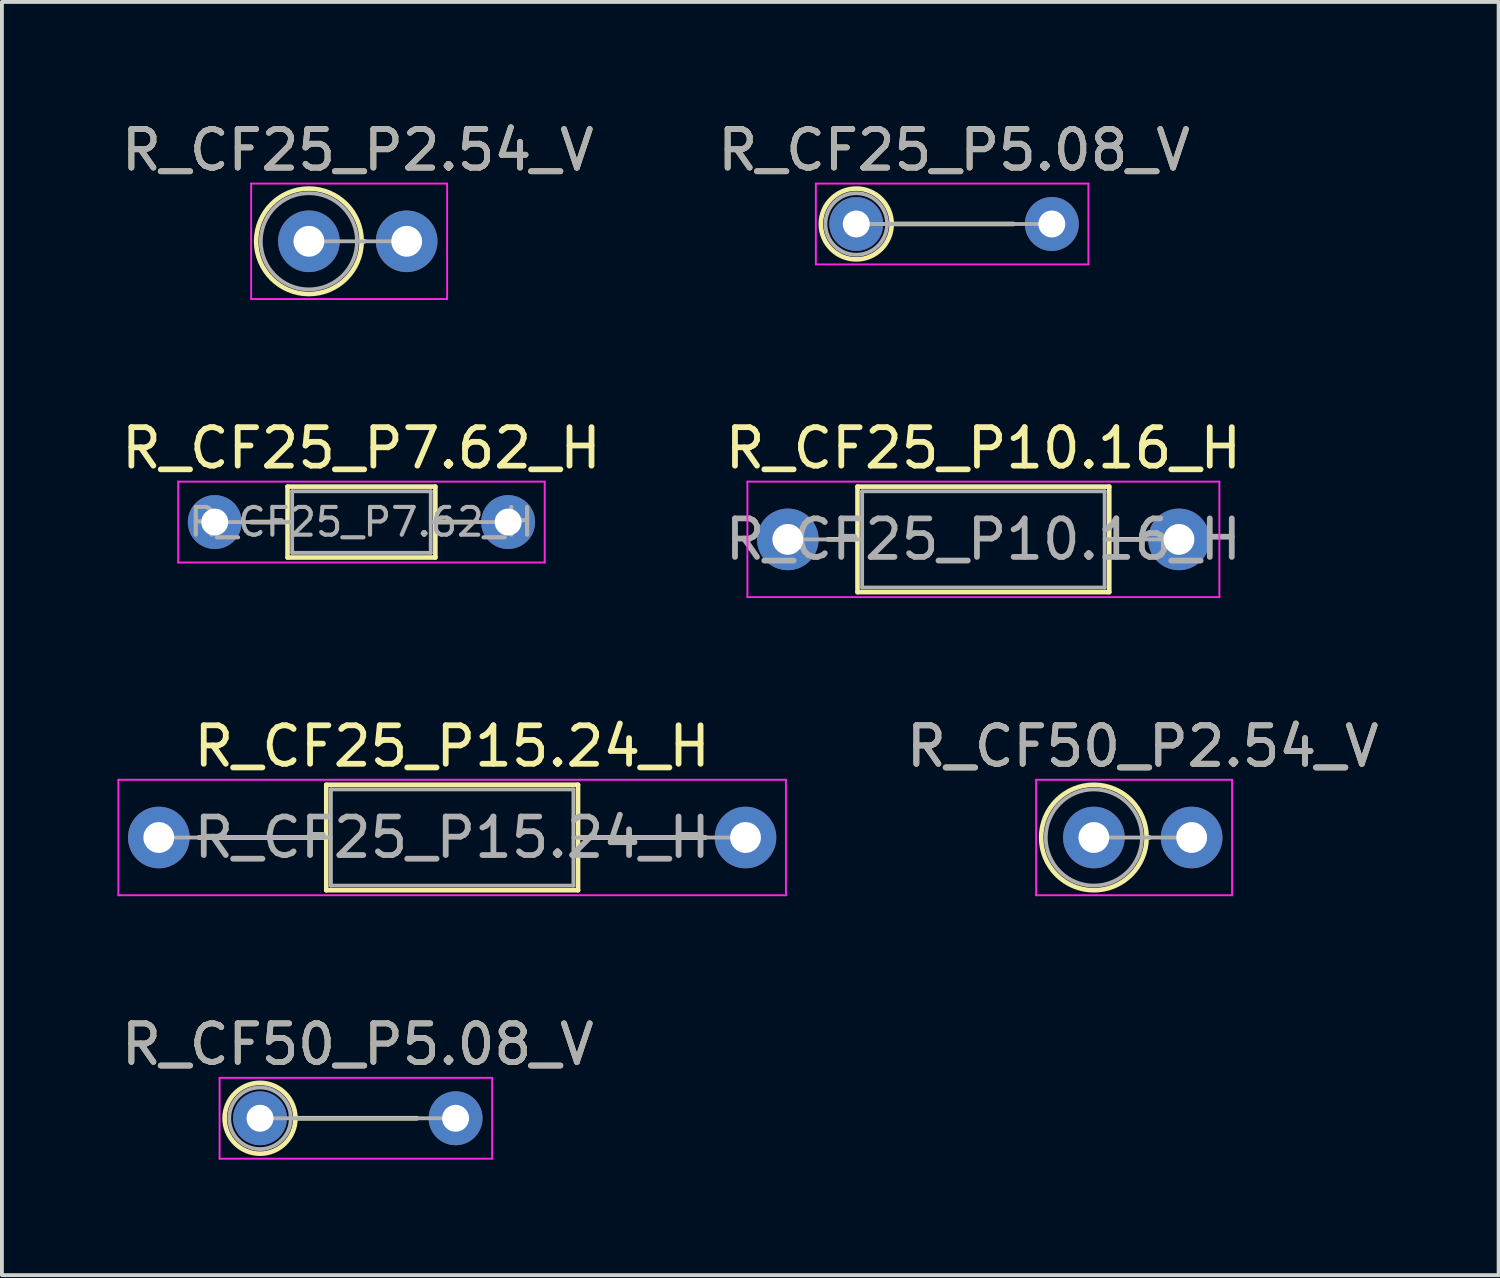
<source format=kicad_pcb>
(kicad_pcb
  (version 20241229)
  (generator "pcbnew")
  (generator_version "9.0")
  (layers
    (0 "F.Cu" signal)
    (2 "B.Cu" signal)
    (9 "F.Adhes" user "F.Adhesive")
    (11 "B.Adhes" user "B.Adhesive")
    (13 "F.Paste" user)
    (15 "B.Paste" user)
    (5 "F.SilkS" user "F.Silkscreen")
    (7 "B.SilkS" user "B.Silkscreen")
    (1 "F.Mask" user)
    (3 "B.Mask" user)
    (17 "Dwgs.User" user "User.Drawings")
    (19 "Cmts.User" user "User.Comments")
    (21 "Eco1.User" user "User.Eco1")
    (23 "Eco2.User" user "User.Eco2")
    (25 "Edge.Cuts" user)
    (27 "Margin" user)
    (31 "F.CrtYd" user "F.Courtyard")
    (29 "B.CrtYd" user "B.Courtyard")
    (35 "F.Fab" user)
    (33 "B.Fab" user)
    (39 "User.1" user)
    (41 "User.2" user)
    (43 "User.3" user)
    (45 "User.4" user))
  (footprint "R_CF25_P15.24_H"
    (layer "F.Cu")
    (at 8.695 18.705)
    (property "Reference" "R_CF25_P15.24_H" (at 0 -2.37 0) (layer "F.SilkS") (effects (font (size 1 1) (thickness 0.15))))
    (attr through_hole)
    (fp_line (start -6.58 0) (end -3.27 0) (stroke (width 0.12) (type solid)) (layer "F.SilkS"))
    (fp_line (start -3.27 -1.37) (end -3.27 1.37) (stroke (width 0.12) (type solid)) (layer "F.SilkS"))
    (fp_line (start -3.27 1.37) (end 3.27 1.37) (stroke (width 0.12) (type solid)) (layer "F.SilkS"))
    (fp_line (start 3.27 -1.37) (end -3.27 -1.37) (stroke (width 0.12) (type solid)) (layer "F.SilkS"))
    (fp_line (start 3.27 1.37) (end 3.27 -1.37) (stroke (width 0.12) (type solid)) (layer "F.SilkS"))
    (fp_line (start 6.58 0) (end 3.27 0) (stroke (width 0.12) (type solid)) (layer "F.SilkS"))
    (fp_line (start -8.67 -1.5) (end -8.67 1.5) (stroke (width 0.05) (type solid)) (layer "F.CrtYd"))
    (fp_line (start -8.67 1.5) (end 8.67 1.5) (stroke (width 0.05) (type solid)) (layer "F.CrtYd"))
    (fp_line (start 8.67 -1.5) (end -8.67 -1.5) (stroke (width 0.05) (type solid)) (layer "F.CrtYd"))
    (fp_line (start 8.67 1.5) (end 8.67 -1.5) (stroke (width 0.05) (type solid)) (layer "F.CrtYd"))
    (fp_line (start -7.62 0) (end -3.15 0) (stroke (width 0.1) (type solid)) (layer "F.Fab"))
    (fp_line (start -3.15 -1.25) (end -3.15 1.25) (stroke (width 0.1) (type solid)) (layer "F.Fab"))
    (fp_line (start -3.15 1.25) (end 3.15 1.25) (stroke (width 0.1) (type solid)) (layer "F.Fab"))
    (fp_line (start 3.15 -1.25) (end -3.15 -1.25) (stroke (width 0.1) (type solid)) (layer "F.Fab"))
    (fp_line (start 3.15 1.25) (end 3.15 -1.25) (stroke (width 0.1) (type solid)) (layer "F.Fab"))
    (fp_line (start 7.62 0) (end 3.15 0) (stroke (width 0.1) (type solid)) (layer "F.Fab"))
    (fp_text user "${REFERENCE}" (at 0 0 0) (layer "F.Fab") (effects (font (size 1 1) (thickness 0.15))))
    (pad "1" thru_hole circle (at -7.62 0) (size 1.6 1.6) (drill 0.8) (layers "*.Cu" "*.Mask"))
    (pad "2" thru_hole oval (at 7.62 0) (size 1.6 1.6) (drill 0.8) (layers "*.Cu" "*.Mask")))
  (footprint "R_CF50_P5.08_V"
    (layer "F.Cu")
    (at 6.244 25.998)
    (property "Reference" "R_CF50_P5.08_V" (at 0 -1.92 0) (layer "F.SilkS") (effects (font (size 1 1) (thickness 0.15))))
    (attr through_hole)
    (fp_line (start -1.62 0) (end 1.54 0) (stroke (width 0.12) (type solid)) (layer "F.SilkS"))
    (fp_circle (center -2.54 0) (end -1.62 0) (stroke (width 0.12) (type solid)) (fill no) (layer "F.SilkS"))
    (fp_line (start -3.59 -1.05) (end -3.59 1.05) (stroke (width 0.05) (type solid)) (layer "F.CrtYd"))
    (fp_line (start -3.59 1.05) (end 3.49 1.05) (stroke (width 0.05) (type solid)) (layer "F.CrtYd"))
    (fp_line (start 3.49 -1.05) (end -3.59 -1.05) (stroke (width 0.05) (type solid)) (layer "F.CrtYd"))
    (fp_line (start 3.49 1.05) (end 3.49 -1.05) (stroke (width 0.05) (type solid)) (layer "F.CrtYd"))
    (fp_line (start -2.54 0) (end 2.54 0) (stroke (width 0.1) (type solid)) (layer "F.Fab"))
    (fp_circle (center -2.54 0) (end -1.74 0) (stroke (width 0.1) (type solid)) (fill no) (layer "F.Fab"))
    (fp_text user "${REFERENCE}" (at 0 -1.92 0) (layer "F.Fab") (effects (font (size 1 1) (thickness 0.15))))
    (pad "1" thru_hole circle (at -2.54 0) (size 1.4 1.4) (drill 0.7) (layers "*.Cu" "*.Mask"))
    (pad "2" thru_hole oval (at 2.54 0) (size 1.4 1.4) (drill 0.7) (layers "*.Cu" "*.Mask")))
  (footprint "R_CF50_P2.54_V"
    (layer "F.Cu")
    (at 26.634 18.705)
    (property "Reference" "R_CF50_P2.54_V" (at 0 -2.37 0) (layer "F.SilkS") (effects (font (size 1 1) (thickness 0.15))))
    (attr through_hole)
    (fp_line (start 0.1 0) (end 0.17 0) (stroke (width 0.12) (type solid)) (layer "F.SilkS"))
    (fp_circle (center -1.27 0) (end 0.1 0) (stroke (width 0.12) (type solid)) (fill no) (layer "F.SilkS"))
    (fp_line (start -2.77 -1.5) (end -2.77 1.5) (stroke (width 0.05) (type solid)) (layer "F.CrtYd"))
    (fp_line (start -2.77 1.5) (end 2.32 1.5) (stroke (width 0.05) (type solid)) (layer "F.CrtYd"))
    (fp_line (start 2.32 -1.5) (end -2.77 -1.5) (stroke (width 0.05) (type solid)) (layer "F.CrtYd"))
    (fp_line (start 2.32 1.5) (end 2.32 -1.5) (stroke (width 0.05) (type solid)) (layer "F.CrtYd"))
    (fp_line (start -1.27 0) (end 1.27 0) (stroke (width 0.1) (type solid)) (layer "F.Fab"))
    (fp_circle (center -1.27 0) (end -0.02 0) (stroke (width 0.1) (type solid)) (fill no) (layer "F.Fab"))
    (fp_text user "${REFERENCE}" (at 0 -2.37 0) (layer "F.Fab") (effects (font (size 1 1) (thickness 0.15))))
    (pad "1" thru_hole circle (at -1.27 0) (size 1.6 1.6) (drill 0.8) (layers "*.Cu" "*.Mask"))
    (pad "2" thru_hole oval (at 1.27 0) (size 1.6 1.6) (drill 0.8) (layers "*.Cu" "*.Mask")))
  (footprint "R_CF25_P5.08_V"
    (layer "F.Cu")
    (at 21.732 2.768)
    (property "Reference" "R_CF25_P5.08_V" (at 0 -1.92 0) (layer "F.SilkS") (effects (font (size 1 1) (thickness 0.15))))
    (attr through_hole)
    (fp_line (start -1.62 0) (end 1.54 0) (stroke (width 0.12) (type solid)) (layer "F.SilkS"))
    (fp_circle (center -2.54 0) (end -1.62 0) (stroke (width 0.12) (type solid)) (fill no) (layer "F.SilkS"))
    (fp_line (start -3.59 -1.05) (end -3.59 1.05) (stroke (width 0.05) (type solid)) (layer "F.CrtYd"))
    (fp_line (start -3.59 1.05) (end 3.49 1.05) (stroke (width 0.05) (type solid)) (layer "F.CrtYd"))
    (fp_line (start 3.49 -1.05) (end -3.59 -1.05) (stroke (width 0.05) (type solid)) (layer "F.CrtYd"))
    (fp_line (start 3.49 1.05) (end 3.49 -1.05) (stroke (width 0.05) (type solid)) (layer "F.CrtYd"))
    (fp_line (start -2.54 0) (end 2.54 0) (stroke (width 0.1) (type solid)) (layer "F.Fab"))
    (fp_circle (center -2.54 0) (end -1.74 0) (stroke (width 0.1) (type solid)) (fill no) (layer "F.Fab"))
    (fp_text user "${REFERENCE}" (at 0 -1.92 0) (layer "F.Fab") (effects (font (size 1 1) (thickness 0.15))))
    (pad "1" thru_hole circle (at -2.54 0) (size 1.4 1.4) (drill 0.7) (layers "*.Cu" "*.Mask"))
    (pad "2" thru_hole oval (at 2.54 0) (size 1.4 1.4) (drill 0.7) (layers "*.Cu" "*.Mask")))
  (footprint "R_CF25_P10.16_H"
    (layer "F.Cu")
    (at 22.494 10.961)
    (property "Reference" "R_CF25_P10.16_H" (at 0 -2.37 0) (layer "F.SilkS") (effects (font (size 1 1) (thickness 0.15))))
    (attr through_hole)
    (fp_line (start -4.04 0) (end -3.27 0) (stroke (width 0.12) (type solid)) (layer "F.SilkS"))
    (fp_line (start -3.27 -1.37) (end -3.27 1.37) (stroke (width 0.12) (type solid)) (layer "F.SilkS"))
    (fp_line (start -3.27 1.37) (end 3.27 1.37) (stroke (width 0.12) (type solid)) (layer "F.SilkS"))
    (fp_line (start 3.27 -1.37) (end -3.27 -1.37) (stroke (width 0.12) (type solid)) (layer "F.SilkS"))
    (fp_line (start 3.27 1.37) (end 3.27 -1.37) (stroke (width 0.12) (type solid)) (layer "F.SilkS"))
    (fp_line (start 4.04 0) (end 3.27 0) (stroke (width 0.12) (type solid)) (layer "F.SilkS"))
    (fp_line (start -6.13 -1.5) (end -6.13 1.5) (stroke (width 0.05) (type solid)) (layer "F.CrtYd"))
    (fp_line (start -6.13 1.5) (end 6.13 1.5) (stroke (width 0.05) (type solid)) (layer "F.CrtYd"))
    (fp_line (start 6.13 -1.5) (end -6.13 -1.5) (stroke (width 0.05) (type solid)) (layer "F.CrtYd"))
    (fp_line (start 6.13 1.5) (end 6.13 -1.5) (stroke (width 0.05) (type solid)) (layer "F.CrtYd"))
    (fp_line (start -5.08 0) (end -3.15 0) (stroke (width 0.1) (type solid)) (layer "F.Fab"))
    (fp_line (start -3.15 -1.25) (end -3.15 1.25) (stroke (width 0.1) (type solid)) (layer "F.Fab"))
    (fp_line (start -3.15 1.25) (end 3.15 1.25) (stroke (width 0.1) (type solid)) (layer "F.Fab"))
    (fp_line (start 3.15 -1.25) (end -3.15 -1.25) (stroke (width 0.1) (type solid)) (layer "F.Fab"))
    (fp_line (start 3.15 1.25) (end 3.15 -1.25) (stroke (width 0.1) (type solid)) (layer "F.Fab"))
    (fp_line (start 5.08 0) (end 3.15 0) (stroke (width 0.1) (type solid)) (layer "F.Fab"))
    (fp_text user "${REFERENCE}" (at 0 0 0) (layer "F.Fab") (effects (font (size 1 1) (thickness 0.15))))
    (pad "1" thru_hole circle (at -5.08 0) (size 1.6 1.6) (drill 0.8) (layers "*.Cu" "*.Mask"))
    (pad "2" thru_hole oval (at 5.08 0) (size 1.6 1.6) (drill 0.8) (layers "*.Cu" "*.Mask")))
  (footprint "R_CF25_P7.62_H"
    (layer "F.Cu")
    (at 6.339 10.511)
    (property "Reference" "R_CF25_P7.62_H" (at 0 -1.92 0) (layer "F.SilkS") (effects (font (size 1 1) (thickness 0.15))))
    (attr through_hole)
    (fp_line (start -2.87 0) (end -1.92 0) (stroke (width 0.12) (type solid)) (layer "F.SilkS"))
    (fp_line (start -1.92 -0.92) (end -1.92 0.92) (stroke (width 0.12) (type solid)) (layer "F.SilkS"))
    (fp_line (start -1.92 0.92) (end 1.92 0.92) (stroke (width 0.12) (type solid)) (layer "F.SilkS"))
    (fp_line (start 1.92 -0.92) (end -1.92 -0.92) (stroke (width 0.12) (type solid)) (layer "F.SilkS"))
    (fp_line (start 1.92 0.92) (end 1.92 -0.92) (stroke (width 0.12) (type solid)) (layer "F.SilkS"))
    (fp_line (start 2.87 0) (end 1.92 0) (stroke (width 0.12) (type solid)) (layer "F.SilkS"))
    (fp_line (start -4.76 -1.05) (end -4.76 1.05) (stroke (width 0.05) (type solid)) (layer "F.CrtYd"))
    (fp_line (start -4.76 1.05) (end 4.76 1.05) (stroke (width 0.05) (type solid)) (layer "F.CrtYd"))
    (fp_line (start 4.76 -1.05) (end -4.76 -1.05) (stroke (width 0.05) (type solid)) (layer "F.CrtYd"))
    (fp_line (start 4.76 1.05) (end 4.76 -1.05) (stroke (width 0.05) (type solid)) (layer "F.CrtYd"))
    (fp_line (start -3.81 0) (end -1.8 0) (stroke (width 0.1) (type solid)) (layer "F.Fab"))
    (fp_line (start -1.8 -0.8) (end -1.8 0.8) (stroke (width 0.1) (type solid)) (layer "F.Fab"))
    (fp_line (start -1.8 0.8) (end 1.8 0.8) (stroke (width 0.1) (type solid)) (layer "F.Fab"))
    (fp_line (start 1.8 -0.8) (end -1.8 -0.8) (stroke (width 0.1) (type solid)) (layer "F.Fab"))
    (fp_line (start 1.8 0.8) (end 1.8 -0.8) (stroke (width 0.1) (type solid)) (layer "F.Fab"))
    (fp_line (start 3.81 0) (end 1.8 0) (stroke (width 0.1) (type solid)) (layer "F.Fab"))
    (fp_text user "${REFERENCE}" (at 0 0 0) (layer "F.Fab") (effects (font (size 0.72 0.72) (thickness 0.108))))
    (pad "1" thru_hole circle (at -3.81 0) (size 1.4 1.4) (drill 0.7) (layers "*.Cu" "*.Mask"))
    (pad "2" thru_hole oval (at 3.81 0) (size 1.4 1.4) (drill 0.7) (layers "*.Cu" "*.Mask")))
  (footprint "R_CF25_P2.54_V"
    (layer "F.Cu")
    (at 6.244 3.218)
    (property "Reference" "R_CF25_P2.54_V" (at 0 -2.37 0) (layer "F.SilkS") (effects (font (size 1 1) (thickness 0.15))))
    (attr through_hole)
    (fp_line (start 0.1 0) (end 0.17 0) (stroke (width 0.12) (type solid)) (layer "F.SilkS"))
    (fp_circle (center -1.27 0) (end 0.1 0) (stroke (width 0.12) (type solid)) (fill no) (layer "F.SilkS"))
    (fp_line (start -2.77 -1.5) (end -2.77 1.5) (stroke (width 0.05) (type solid)) (layer "F.CrtYd"))
    (fp_line (start -2.77 1.5) (end 2.32 1.5) (stroke (width 0.05) (type solid)) (layer "F.CrtYd"))
    (fp_line (start 2.32 -1.5) (end -2.77 -1.5) (stroke (width 0.05) (type solid)) (layer "F.CrtYd"))
    (fp_line (start 2.32 1.5) (end 2.32 -1.5) (stroke (width 0.05) (type solid)) (layer "F.CrtYd"))
    (fp_line (start -1.27 0) (end 1.27 0) (stroke (width 0.1) (type solid)) (layer "F.Fab"))
    (fp_circle (center -1.27 0) (end -0.02 0) (stroke (width 0.1) (type solid)) (fill no) (layer "F.Fab"))
    (fp_text user "${REFERENCE}" (at 0 -2.37 0) (layer "F.Fab") (effects (font (size 1 1) (thickness 0.15))))
    (pad "1" thru_hole circle (at -1.27 0) (size 1.6 1.6) (drill 0.8) (layers "*.Cu" "*.Mask"))
    (pad "2" thru_hole oval (at 1.27 0) (size 1.6 1.6) (drill 0.8) (layers "*.Cu" "*.Mask")))
  (gr_rect
    (start -3 -3)
    (end 35.878 30.073)
    (stroke (width 0.1) (type default))
    (fill no)
    (layer "Edge.Cuts")))
</source>
